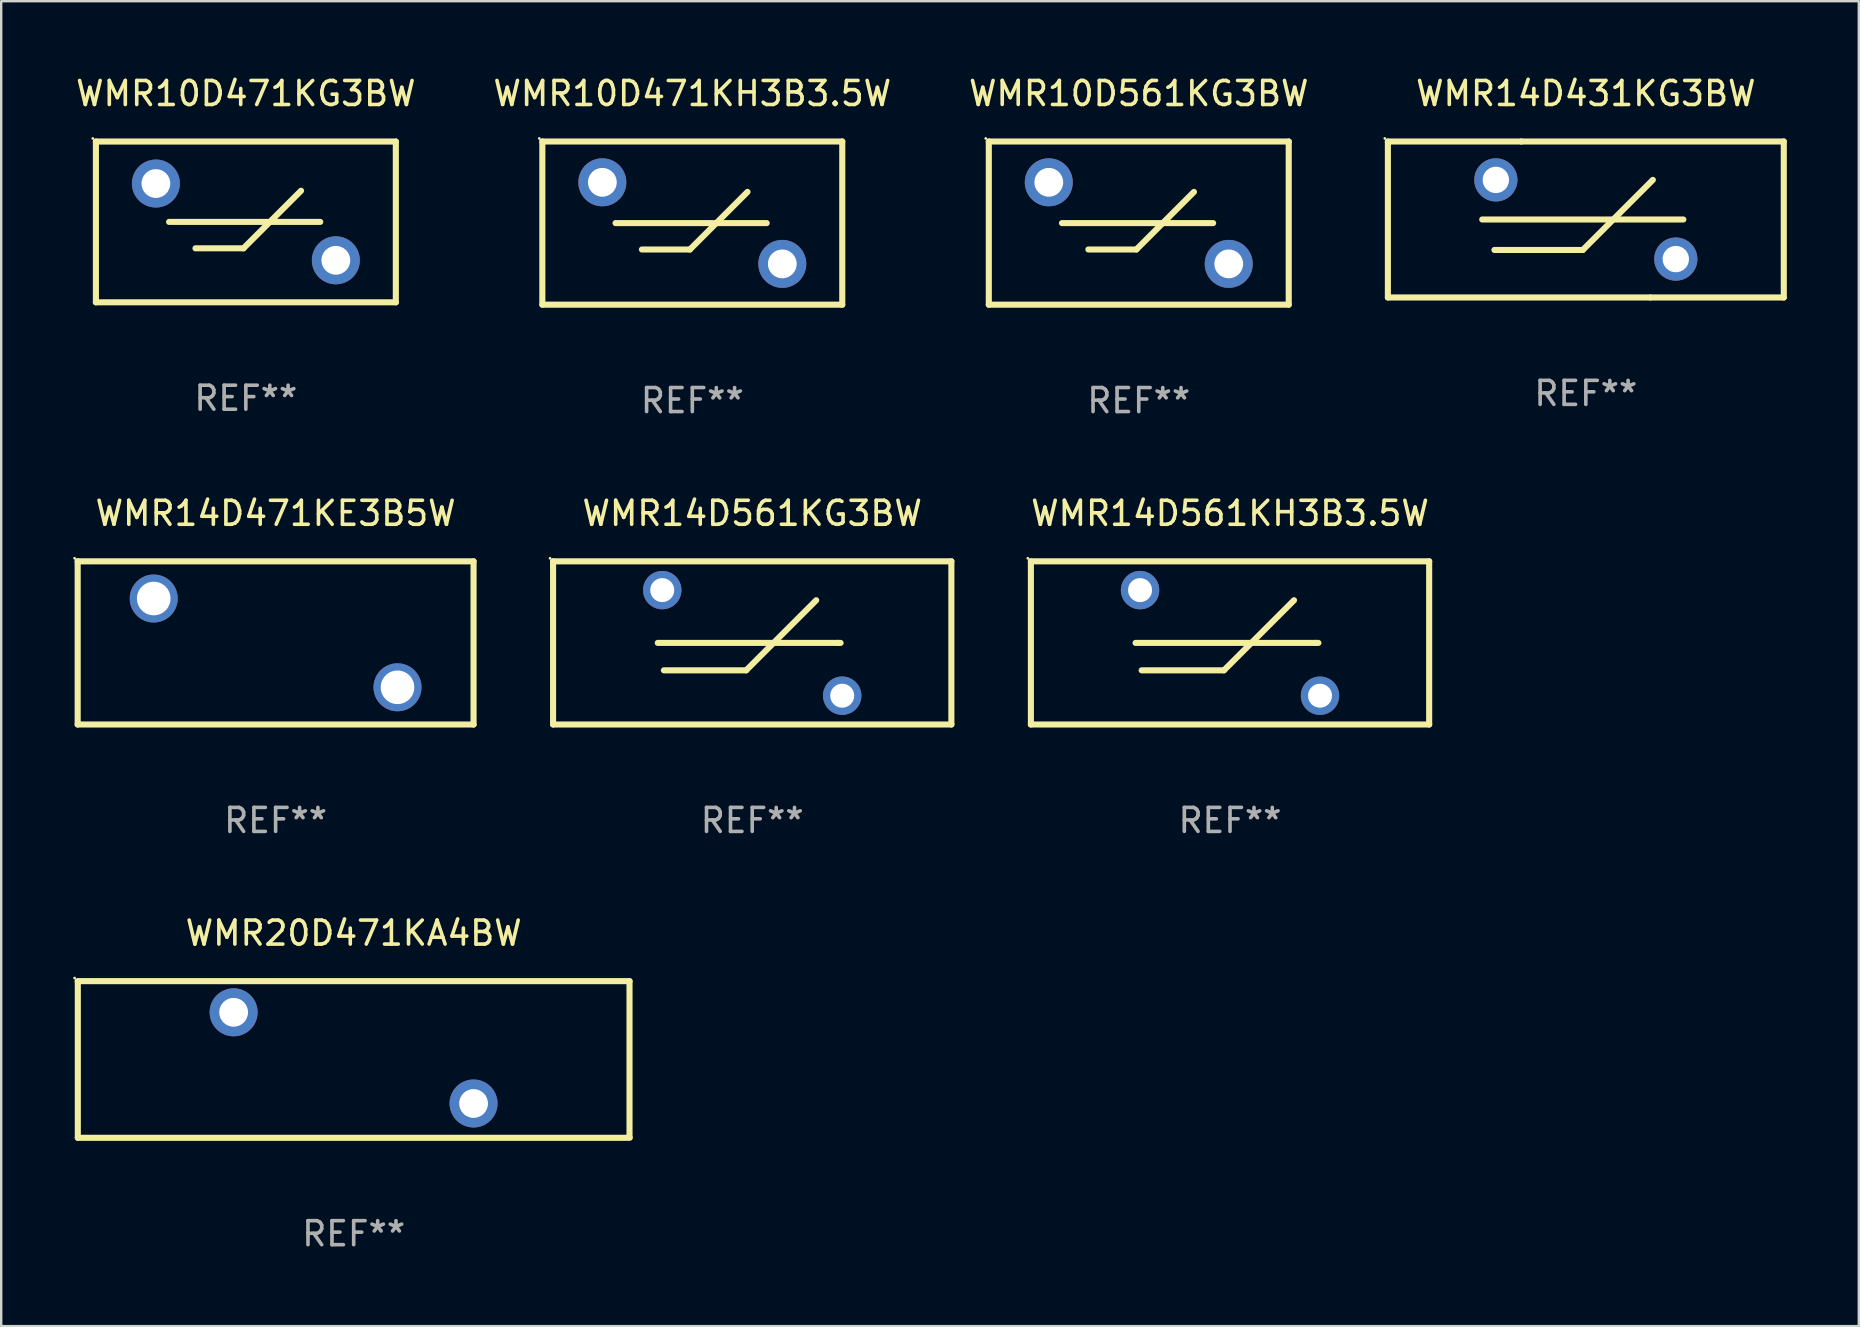
<source format=kicad_pcb>
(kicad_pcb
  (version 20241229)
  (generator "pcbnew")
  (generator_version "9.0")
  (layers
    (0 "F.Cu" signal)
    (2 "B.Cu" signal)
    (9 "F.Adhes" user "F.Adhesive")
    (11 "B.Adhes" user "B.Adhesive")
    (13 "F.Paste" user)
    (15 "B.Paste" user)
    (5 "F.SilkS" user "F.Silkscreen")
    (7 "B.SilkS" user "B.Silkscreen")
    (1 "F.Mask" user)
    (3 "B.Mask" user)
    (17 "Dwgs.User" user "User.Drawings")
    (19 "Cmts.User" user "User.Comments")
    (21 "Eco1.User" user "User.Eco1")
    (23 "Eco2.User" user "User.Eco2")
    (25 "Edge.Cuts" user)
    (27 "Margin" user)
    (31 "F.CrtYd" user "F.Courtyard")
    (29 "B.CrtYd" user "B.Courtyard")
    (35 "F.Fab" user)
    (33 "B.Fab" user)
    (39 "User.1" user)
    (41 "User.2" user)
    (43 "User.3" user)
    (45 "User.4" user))
  (footprint "WMR10D471KH3B3.5W"
    (layer "F.Cu")
    (at 25.804 6.248)
    (property "Reference" "WMR10D471KH3B3.5W" (at 0 -5.4 0) (layer "F.SilkS") (effects (font (size 1 1) (thickness 0.15))))
    (attr through_hole)
    (fp_line (start -6.25 -3.4) (end 6.25 -3.4) (stroke (width 0.254) (type solid)) (layer "F.SilkS"))
    (fp_line (start -6.25 3.4) (end -6.25 -3.4) (stroke (width 0.254) (type solid)) (layer "F.SilkS"))
    (fp_line (start -6.25 3.4) (end 6.25 3.4) (stroke (width 0.254) (type solid)) (layer "F.SilkS"))
    (fp_line (start -3.2 0) (end 3.1 0) (stroke (width 0.254) (type solid)) (layer "F.SilkS"))
    (fp_line (start -2.1 1.1) (end -0.1 1.1) (stroke (width 0.254) (type solid)) (layer "F.SilkS"))
    (fp_line (start -0.1 1.1) (end 2.3 -1.3) (stroke (width 0.254) (type solid)) (layer "F.SilkS"))
    (fp_line (start 6.25 3.4) (end 6.25 -3.4) (stroke (width 0.254) (type solid)) (layer "F.SilkS"))
    (fp_circle (center -6.377 -3.527) (end -6.347 -3.527) (stroke (width 0.06) (type solid)) (fill no) (layer "F.SilkS"))
    (fp_text user "REF**" (at 0 7.4 0) (layer "F.Fab") (effects (font (size 1 1) (thickness 0.15))))
    (pad "1" thru_hole circle (at -3.75 -1.7) (size 2 2) (drill 1.2) (layers "*.Cu" "*.Mask"))
    (pad "2" thru_hole circle (at 3.75 1.7) (size 2 2) (drill 1.2) (layers "*.Cu" "*.Mask")))
  (footprint "WMR14D471KE3B5W"
    (layer "F.Cu")
    (at 8.437 23.745)
    (property "Reference" "WMR14D471KE3B5W" (at 0 -5.4 0) (layer "F.SilkS") (effects (font (size 1 1) (thickness 0.15))))
    (attr through_hole)
    (fp_line (start -8.25 -3.4) (end 8.25 -3.4) (stroke (width 0.254) (type solid)) (layer "F.SilkS"))
    (fp_line (start -8.25 3.4) (end -8.25 -3.4) (stroke (width 0.254) (type solid)) (layer "F.SilkS"))
    (fp_line (start 8.25 -3.4) (end 8.25 3.4) (stroke (width 0.254) (type solid)) (layer "F.SilkS"))
    (fp_line (start 8.25 3.4) (end -8.25 3.4) (stroke (width 0.254) (type solid)) (layer "F.SilkS"))
    (fp_circle (center -8.377 -3.527) (end -8.347 -3.527) (stroke (width 0.06) (type solid)) (fill no) (layer "F.SilkS"))
    (fp_text user "REF**" (at 0 7.4 0) (layer "F.Fab") (effects (font (size 1 1) (thickness 0.15))))
    (pad "1" thru_hole circle (at -5.08 -1.85) (size 2 2) (drill 1.4) (layers "*.Cu" "*.Mask"))
    (pad "2" thru_hole circle (at 5.08 1.85) (size 2 2) (drill 1.4) (layers "*.Cu" "*.Mask")))
  (footprint "WMR10D561KG3BW"
    (layer "F.Cu")
    (at 44.411 6.248)
    (property "Reference" "WMR10D561KG3BW" (at 0 -5.4 0) (layer "F.SilkS") (effects (font (size 1 1) (thickness 0.15))))
    (attr through_hole)
    (fp_line (start -6.25 -3.4) (end 6.25 -3.4) (stroke (width 0.254) (type solid)) (layer "F.SilkS"))
    (fp_line (start -6.25 3.4) (end -6.25 -3.4) (stroke (width 0.254) (type solid)) (layer "F.SilkS"))
    (fp_line (start -6.25 3.4) (end 6.25 3.4) (stroke (width 0.254) (type solid)) (layer "F.SilkS"))
    (fp_line (start -3.2 0) (end 3.1 0) (stroke (width 0.254) (type solid)) (layer "F.SilkS"))
    (fp_line (start -2.1 1.1) (end -0.1 1.1) (stroke (width 0.254) (type solid)) (layer "F.SilkS"))
    (fp_line (start -0.1 1.1) (end 2.3 -1.3) (stroke (width 0.254) (type solid)) (layer "F.SilkS"))
    (fp_line (start 6.25 3.4) (end 6.25 -3.4) (stroke (width 0.254) (type solid)) (layer "F.SilkS"))
    (fp_circle (center -6.377 -3.527) (end -6.347 -3.527) (stroke (width 0.06) (type solid)) (fill no) (layer "F.SilkS"))
    (fp_text user "REF**" (at 0 7.4 0) (layer "F.Fab") (effects (font (size 1 1) (thickness 0.15))))
    (pad "1" thru_hole circle (at -3.75 -1.7) (size 2 2) (drill 1.2) (layers "*.Cu" "*.Mask"))
    (pad "2" thru_hole circle (at 3.75 1.7) (size 2 2) (drill 1.2) (layers "*.Cu" "*.Mask")))
  (footprint "WMR14D431KG3BW"
    (layer "F.Cu")
    (at 63.044 6.098)
    (property "Reference" "WMR14D431KG3BW" (at 0 -5.25 0) (layer "F.SilkS") (effects (font (size 1 1) (thickness 0.15))))
    (attr through_hole)
    (fp_line (start -8.25 -3.25) (end -2.692 -3.25) (stroke (width 0.254) (type solid)) (layer "F.SilkS"))
    (fp_line (start -8.25 3.25) (end -8.25 -3.25) (stroke (width 0.254) (type solid)) (layer "F.SilkS"))
    (fp_line (start -8.25 3.25) (end 2.692 3.25) (stroke (width 0.254) (type solid)) (layer "F.SilkS"))
    (fp_line (start -4.318 0) (end 4.064 0) (stroke (width 0.254) (type solid)) (layer "F.SilkS"))
    (fp_line (start -3.81 1.27) (end -0.127 1.27) (stroke (width 0.254) (type solid)) (layer "F.SilkS"))
    (fp_line (start -2.692 -3.25) (end 8.25 -3.25) (stroke (width 0.254) (type solid)) (layer "F.SilkS"))
    (fp_line (start -0.127 1.27) (end 2.794 -1.651) (stroke (width 0.254) (type solid)) (layer "F.SilkS"))
    (fp_line (start 2.692 3.25) (end 8.25 3.25) (stroke (width 0.254) (type solid)) (layer "F.SilkS"))
    (fp_line (start 8.25 -3.25) (end 8.25 3.25) (stroke (width 0.254) (type solid)) (layer "F.SilkS"))
    (fp_circle (center -8.377 -3.377) (end -8.347 -3.377) (stroke (width 0.06) (type solid)) (fill no) (layer "F.SilkS"))
    (fp_text user "REF**" (at 0 7.25 0) (layer "F.Fab") (effects (font (size 1 1) (thickness 0.15))))
    (pad "1" thru_hole circle (at -3.75 -1.65) (size 1.8 1.8) (drill 1.1) (layers "*.Cu" "*.Mask"))
    (pad "2" thru_hole circle (at 3.75 1.65) (size 1.8 1.8) (drill 1.1) (layers "*.Cu" "*.Mask")))
  (footprint "WMR14D561KG3BW"
    (layer "F.Cu")
    (at 28.301 23.745)
    (property "Reference" "WMR14D561KG3BW" (at 0 -5.4 0) (layer "F.SilkS") (effects (font (size 1 1) (thickness 0.15))))
    (attr through_hole)
    (fp_line (start -8.3 -3.4) (end -8.3 3.4) (stroke (width 0.254) (type solid)) (layer "F.SilkS"))
    (fp_line (start -8.3 -3.4) (end 8.3 -3.4) (stroke (width 0.254) (type solid)) (layer "F.SilkS"))
    (fp_line (start -8.3 3.4) (end 8.3 3.4) (stroke (width 0.254) (type solid)) (layer "F.SilkS"))
    (fp_line (start -3.937 -0.000013) (end 3.556 -0.000013) (stroke (width 0.254) (type solid)) (layer "F.SilkS"))
    (fp_line (start -3.683 1.143) (end -0.254 1.143) (stroke (width 0.254) (type solid)) (layer "F.SilkS"))
    (fp_line (start -0.254 1.143) (end 2.667 -1.778) (stroke (width 0.254) (type solid)) (layer "F.SilkS"))
    (fp_line (start 3.556 -0.000013) (end 3.683 -0.000013) (stroke (width 0.254) (type solid)) (layer "F.SilkS"))
    (fp_line (start 8.3 -3.4) (end 8.3 3.4) (stroke (width 0.254) (type solid)) (layer "F.SilkS"))
    (fp_circle (center -8.427 -3.527) (end -8.397 -3.527) (stroke (width 0.06) (type solid)) (fill no) (layer "F.SilkS"))
    (fp_text user "REF**" (at 0 7.4 0) (layer "F.Fab") (effects (font (size 1 1) (thickness 0.15))))
    (pad "1" thru_hole circle (at -3.75 -2.2) (size 1.6 1.6) (drill 1) (layers "*.Cu" "*.Mask"))
    (pad "2" thru_hole circle (at 3.75 2.2) (size 1.6 1.6) (drill 1) (layers "*.Cu" "*.Mask")))
  (footprint "WMR10D471KG3BW"
    (layer "F.Cu")
    (at 7.196 6.199)
    (property "Reference" "WMR10D471KG3BW" (at 0 -5.35 0) (layer "F.SilkS") (effects (font (size 1 1) (thickness 0.15))))
    (attr through_hole)
    (fp_line (start -6.249 -3.35) (end 6.251 -3.35) (stroke (width 0.254) (type solid)) (layer "F.SilkS"))
    (fp_line (start -6.249 3.35) (end -6.249 -3.35) (stroke (width 0.254) (type solid)) (layer "F.SilkS"))
    (fp_line (start -3.199 -0.000254) (end 3.101 -0.000254) (stroke (width 0.254) (type solid)) (layer "F.SilkS"))
    (fp_line (start -2.099 1.1) (end -0.099 1.1) (stroke (width 0.254) (type solid)) (layer "F.SilkS"))
    (fp_line (start -0.099 1.1) (end 2.301 -1.3) (stroke (width 0.254) (type solid)) (layer "F.SilkS"))
    (fp_line (start 6.251 -3.35) (end 6.251 3.35) (stroke (width 0.254) (type solid)) (layer "F.SilkS"))
    (fp_line (start 6.251 3.35) (end -6.251 3.35) (stroke (width 0.254) (type solid)) (layer "F.SilkS"))
    (fp_circle (center -6.378 -3.477) (end -6.348 -3.477) (stroke (width 0.06) (type solid)) (fill no) (layer "F.SilkS"))
    (fp_text user "REF**" (at 0 7.35 0) (layer "F.Fab") (effects (font (size 1 1) (thickness 0.15))))
    (pad "1" thru_hole circle (at -3.749 -1.6) (size 2 2) (drill 1.2) (layers "*.Cu" "*.Mask"))
    (pad "2" thru_hole circle (at 3.751 1.6) (size 2 2) (drill 1.2) (layers "*.Cu" "*.Mask")))
  (footprint "WMR20D471KA4BW"
    (layer "F.Cu")
    (at 11.691 41.106)
    (property "Reference" "WMR20D471KA4BW" (at 0 -5.265 0) (layer "F.SilkS") (effects (font (size 1 1) (thickness 0.15))))
    (attr through_hole)
    (fp_line (start -11.504 -3.265) (end 11.496 -3.265) (stroke (width 0.254) (type solid)) (layer "F.SilkS"))
    (fp_line (start -11.498 3.265) (end -11.498 -3.235) (stroke (width 0.254) (type solid)) (layer "F.SilkS"))
    (fp_line (start 11.496 -3.265) (end 11.496 3.235) (stroke (width 0.254) (type solid)) (layer "F.SilkS"))
    (fp_line (start 11.504 3.265) (end -11.498 3.265) (stroke (width 0.254) (type solid)) (layer "F.SilkS"))
    (fp_circle (center -11.631 -3.392) (end -11.601 -3.392) (stroke (width 0.06) (type solid)) (fill no) (layer "F.SilkS"))
    (fp_text user "REF**" (at 0 7.265 0) (layer "F.Fab") (effects (font (size 1 1) (thickness 0.15))))
    (pad "1" thru_hole circle (at -5.004 -1.965) (size 2 2) (drill 1.2) (layers "*.Cu" "*.Mask"))
    (pad "2" thru_hole circle (at 4.996 1.835) (size 2 2) (drill 1.2) (layers "*.Cu" "*.Mask")))
  (footprint "WMR14D561KH3B3.5W"
    (layer "F.Cu")
    (at 48.215 23.745)
    (property "Reference" "WMR14D561KH3B3.5W" (at 0 -5.4 0) (layer "F.SilkS") (effects (font (size 1 1) (thickness 0.15))))
    (attr through_hole)
    (fp_line (start -8.3 -3.4) (end -8.3 3.4) (stroke (width 0.254) (type solid)) (layer "F.SilkS"))
    (fp_line (start -8.3 -3.4) (end 8.3 -3.4) (stroke (width 0.254) (type solid)) (layer "F.SilkS"))
    (fp_line (start -8.3 3.4) (end 8.3 3.4) (stroke (width 0.254) (type solid)) (layer "F.SilkS"))
    (fp_line (start -3.937 -0.000013) (end 3.556 -0.000013) (stroke (width 0.254) (type solid)) (layer "F.SilkS"))
    (fp_line (start -3.683 1.143) (end -0.254 1.143) (stroke (width 0.254) (type solid)) (layer "F.SilkS"))
    (fp_line (start -0.254 1.143) (end 2.667 -1.778) (stroke (width 0.254) (type solid)) (layer "F.SilkS"))
    (fp_line (start 3.556 -0.000013) (end 3.683 -0.000013) (stroke (width 0.254) (type solid)) (layer "F.SilkS"))
    (fp_line (start 8.3 -3.4) (end 8.3 3.4) (stroke (width 0.254) (type solid)) (layer "F.SilkS"))
    (fp_circle (center -8.427 -3.527) (end -8.397 -3.527) (stroke (width 0.06) (type solid)) (fill no) (layer "F.SilkS"))
    (fp_text user "REF**" (at 0 7.4 0) (layer "F.Fab") (effects (font (size 1 1) (thickness 0.15))))
    (pad "1" thru_hole circle (at -3.75 -2.2) (size 1.6 1.6) (drill 1) (layers "*.Cu" "*.Mask"))
    (pad "2" thru_hole circle (at 3.75 2.2) (size 1.6 1.6) (drill 1) (layers "*.Cu" "*.Mask")))
  (gr_rect
    (start -3 -3)
    (end 74.421 52.22)
    (stroke (width 0.1) (type default))
    (fill no)
    (layer "Edge.Cuts")))
</source>
